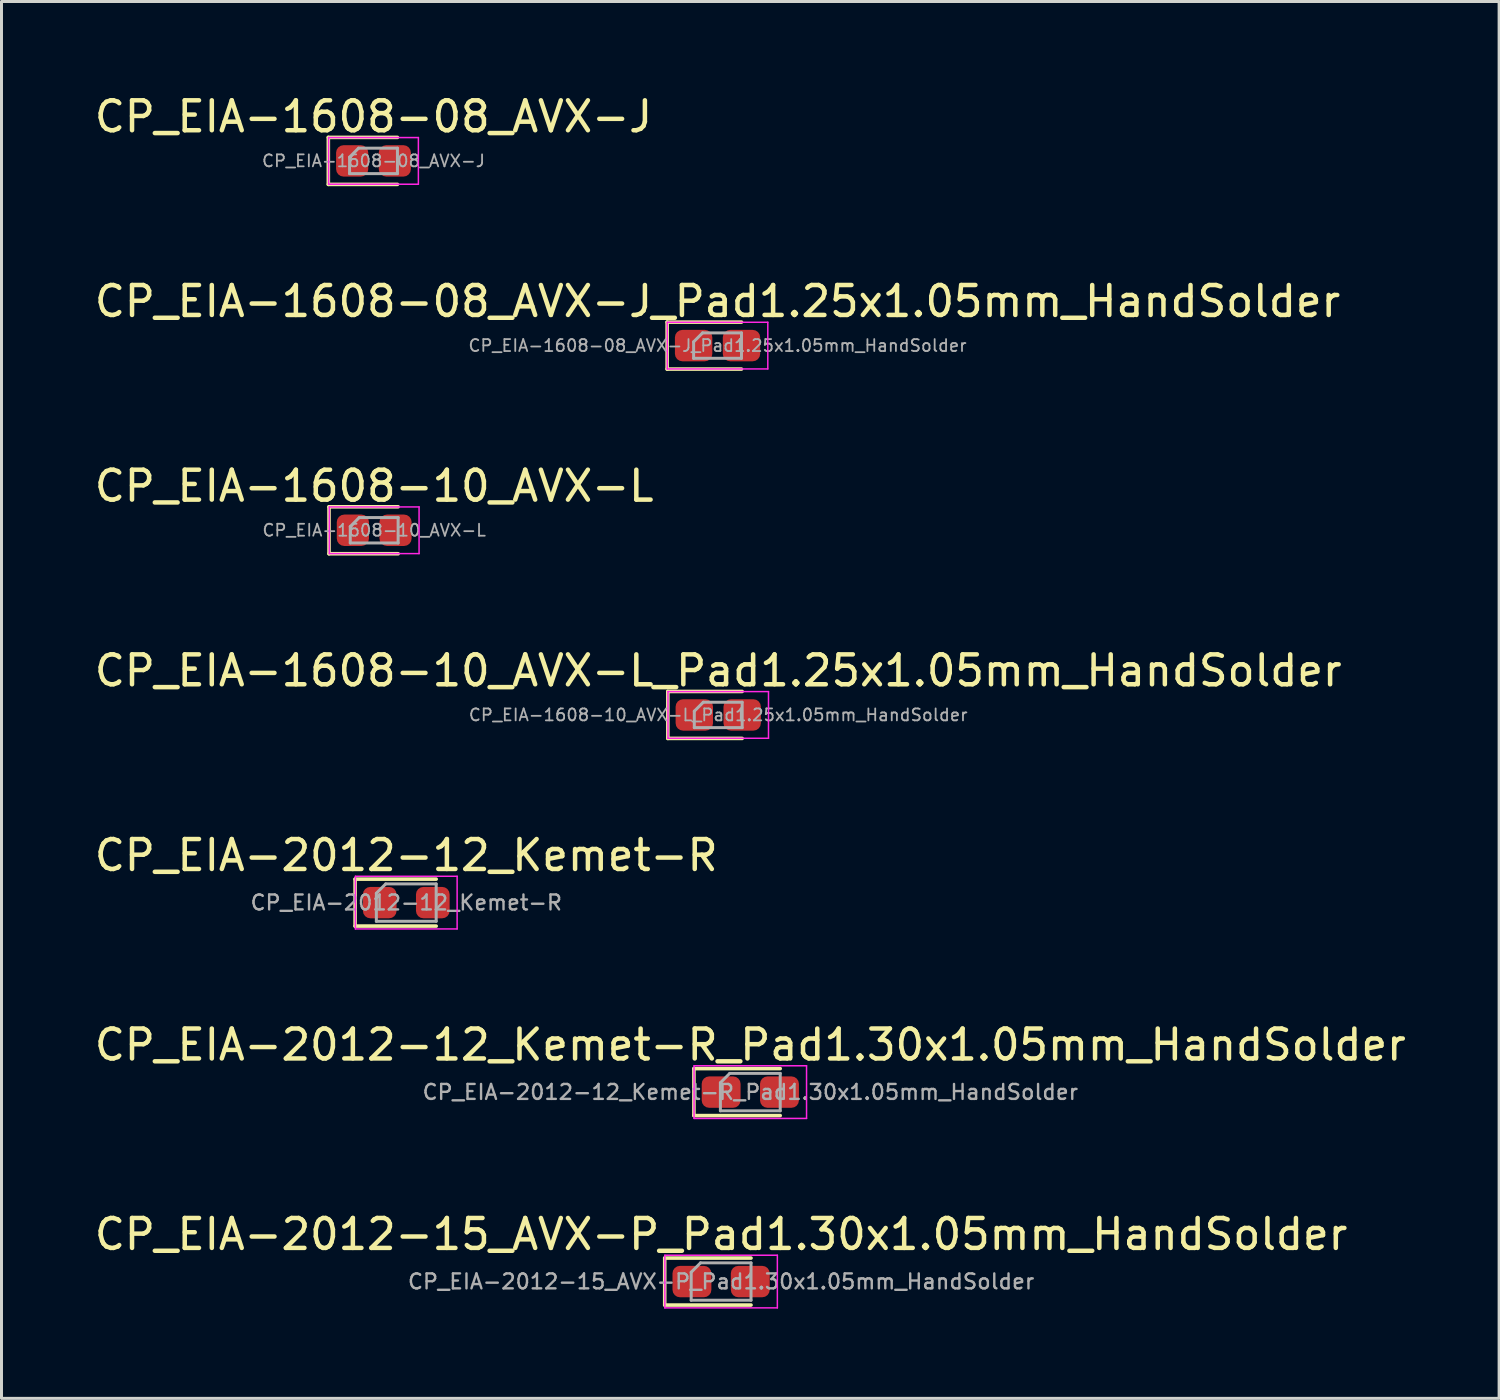
<source format=kicad_pcb>
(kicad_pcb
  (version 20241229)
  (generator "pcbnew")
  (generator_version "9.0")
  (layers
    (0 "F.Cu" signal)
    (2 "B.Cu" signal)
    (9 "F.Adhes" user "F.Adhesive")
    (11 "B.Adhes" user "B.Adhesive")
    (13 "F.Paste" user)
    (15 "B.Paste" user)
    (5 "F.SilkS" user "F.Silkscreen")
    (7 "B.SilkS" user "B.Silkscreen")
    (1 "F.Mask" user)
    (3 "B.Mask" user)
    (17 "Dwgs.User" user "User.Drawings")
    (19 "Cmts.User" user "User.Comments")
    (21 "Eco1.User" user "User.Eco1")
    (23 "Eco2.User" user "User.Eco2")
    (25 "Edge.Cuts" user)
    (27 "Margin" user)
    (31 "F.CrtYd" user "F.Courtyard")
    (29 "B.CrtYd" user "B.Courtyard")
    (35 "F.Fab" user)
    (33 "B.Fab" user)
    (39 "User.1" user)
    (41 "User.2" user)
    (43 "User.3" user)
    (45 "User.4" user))
  (footprint "CP_EIA-2012-12_Kemet-R"
    (layer "F.Cu")
    (at 10.53 27.121)
    (property "Reference" "CP_EIA-2012-12_Kemet-R" (at 0 -1.58 0) (layer "F.SilkS") (effects (font (size 1 1) (thickness 0.15))))
    (attr smd)
    (fp_line (start -1.71 -0.785) (end -1.71 0.785) (stroke (width 0.12) (type solid)) (layer "F.SilkS"))
    (fp_line (start -1.71 0.785) (end 1 0.785) (stroke (width 0.12) (type solid)) (layer "F.SilkS"))
    (fp_line (start 1 -0.785) (end -1.71 -0.785) (stroke (width 0.12) (type solid)) (layer "F.SilkS"))
    (fp_line (start -1.7 -0.88) (end 1.7 -0.88) (stroke (width 0.05) (type solid)) (layer "F.CrtYd"))
    (fp_line (start -1.7 0.88) (end -1.7 -0.88) (stroke (width 0.05) (type solid)) (layer "F.CrtYd"))
    (fp_line (start 1.7 -0.88) (end 1.7 0.88) (stroke (width 0.05) (type solid)) (layer "F.CrtYd"))
    (fp_line (start 1.7 0.88) (end -1.7 0.88) (stroke (width 0.05) (type solid)) (layer "F.CrtYd"))
    (fp_line (start -1 -0.312) (end -1 0.625) (stroke (width 0.1) (type solid)) (layer "F.Fab"))
    (fp_line (start -1 0.625) (end 1 0.625) (stroke (width 0.1) (type solid)) (layer "F.Fab"))
    (fp_line (start -0.688 -0.625) (end -1 -0.312) (stroke (width 0.1) (type solid)) (layer "F.Fab"))
    (fp_line (start 1 -0.625) (end -0.688 -0.625) (stroke (width 0.1) (type solid)) (layer "F.Fab"))
    (fp_line (start 1 0.625) (end 1 -0.625) (stroke (width 0.1) (type solid)) (layer "F.Fab"))
    (fp_text user "${REFERENCE}" (at 0 0 0) (layer "F.Fab") (effects (font (size 0.5 0.5) (thickness 0.08))))
    (pad "1" smd roundrect (at -0.887 0) (size 1.125 1.05) (layers "F.Cu" "F.Mask" "F.Paste") (roundrect_rratio 0.238))
    (pad "2" smd roundrect (at 0.887 0) (size 1.125 1.05) (layers "F.Cu" "F.Mask" "F.Paste") (roundrect_rratio 0.238)))
  (footprint "CP_EIA-1608-08_AVX-J"
    (layer "F.Cu")
    (at 9.435 2.328)
    (property "Reference" "CP_EIA-1608-08_AVX-J" (at 0 -1.48 0) (layer "F.SilkS") (effects (font (size 1 1) (thickness 0.15))))
    (attr smd)
    (fp_line (start -1.51 -0.785) (end -1.51 0.785) (stroke (width 0.12) (type solid)) (layer "F.SilkS"))
    (fp_line (start -1.51 0.785) (end 0.8 0.785) (stroke (width 0.12) (type solid)) (layer "F.SilkS"))
    (fp_line (start 0.8 -0.785) (end -1.51 -0.785) (stroke (width 0.12) (type solid)) (layer "F.SilkS"))
    (fp_line (start -1.5 -0.78) (end 1.5 -0.78) (stroke (width 0.05) (type solid)) (layer "F.CrtYd"))
    (fp_line (start -1.5 0.78) (end -1.5 -0.78) (stroke (width 0.05) (type solid)) (layer "F.CrtYd"))
    (fp_line (start 1.5 -0.78) (end 1.5 0.78) (stroke (width 0.05) (type solid)) (layer "F.CrtYd"))
    (fp_line (start 1.5 0.78) (end -1.5 0.78) (stroke (width 0.05) (type solid)) (layer "F.CrtYd"))
    (fp_line (start -0.8 -0.125) (end -0.8 0.425) (stroke (width 0.1) (type solid)) (layer "F.Fab"))
    (fp_line (start -0.8 0.425) (end 0.8 0.425) (stroke (width 0.1) (type solid)) (layer "F.Fab"))
    (fp_line (start -0.5 -0.425) (end -0.8 -0.125) (stroke (width 0.1) (type solid)) (layer "F.Fab"))
    (fp_line (start 0.8 -0.425) (end -0.5 -0.425) (stroke (width 0.1) (type solid)) (layer "F.Fab"))
    (fp_line (start 0.8 0.425) (end 0.8 -0.425) (stroke (width 0.1) (type solid)) (layer "F.Fab"))
    (fp_text user "${REFERENCE}" (at 0 0 0) (layer "F.Fab") (effects (font (size 0.4 0.4) (thickness 0.06))))
    (pad "1" smd roundrect (at -0.713 0) (size 1.075 1.05) (layers "F.Cu" "F.Mask" "F.Paste") (roundrect_rratio 0.238))
    (pad "2" smd roundrect (at 0.713 0) (size 1.075 1.05) (layers "F.Cu" "F.Mask" "F.Paste") (roundrect_rratio 0.238)))
  (footprint "CP_EIA-1608-08_AVX-J_Pad1.25x1.05mm_HandSolder"
    (layer "F.Cu")
    (at 20.935 8.502)
    (property "Reference" "CP_EIA-1608-08_AVX-J_Pad1.25x1.05mm_HandSolder" (at 0 -1.48 0) (layer "F.SilkS") (effects (font (size 1 1) (thickness 0.15))))
    (attr smd)
    (fp_line (start -1.685 -0.785) (end -1.685 0.785) (stroke (width 0.12) (type solid)) (layer "F.SilkS"))
    (fp_line (start -1.685 0.785) (end 0.8 0.785) (stroke (width 0.12) (type solid)) (layer "F.SilkS"))
    (fp_line (start 0.8 -0.785) (end -1.685 -0.785) (stroke (width 0.12) (type solid)) (layer "F.SilkS"))
    (fp_line (start -1.68 -0.78) (end 1.68 -0.78) (stroke (width 0.05) (type solid)) (layer "F.CrtYd"))
    (fp_line (start -1.68 0.78) (end -1.68 -0.78) (stroke (width 0.05) (type solid)) (layer "F.CrtYd"))
    (fp_line (start 1.68 -0.78) (end 1.68 0.78) (stroke (width 0.05) (type solid)) (layer "F.CrtYd"))
    (fp_line (start 1.68 0.78) (end -1.68 0.78) (stroke (width 0.05) (type solid)) (layer "F.CrtYd"))
    (fp_line (start -0.8 -0.125) (end -0.8 0.425) (stroke (width 0.1) (type solid)) (layer "F.Fab"))
    (fp_line (start -0.8 0.425) (end 0.8 0.425) (stroke (width 0.1) (type solid)) (layer "F.Fab"))
    (fp_line (start -0.5 -0.425) (end -0.8 -0.125) (stroke (width 0.1) (type solid)) (layer "F.Fab"))
    (fp_line (start 0.8 -0.425) (end -0.5 -0.425) (stroke (width 0.1) (type solid)) (layer "F.Fab"))
    (fp_line (start 0.8 0.425) (end 0.8 -0.425) (stroke (width 0.1) (type solid)) (layer "F.Fab"))
    (fp_text user "${REFERENCE}" (at 0 0 0) (layer "F.Fab") (effects (font (size 0.4 0.4) (thickness 0.06))))
    (pad "1" smd roundrect (at -0.8 0) (size 1.25 1.05) (layers "F.Cu" "F.Mask" "F.Paste") (roundrect_rratio 0.238))
    (pad "2" smd roundrect (at 0.8 0) (size 1.25 1.05) (layers "F.Cu" "F.Mask" "F.Paste") (roundrect_rratio 0.238)))
  (footprint "CP_EIA-2012-15_AVX-P_Pad1.30x1.05mm_HandSolder"
    (layer "F.Cu")
    (at 21.054 39.788)
    (property "Reference" "CP_EIA-2012-15_AVX-P_Pad1.30x1.05mm_HandSolder" (at 0 -1.58 0) (layer "F.SilkS") (effects (font (size 1 1) (thickness 0.15))))
    (attr smd)
    (fp_line (start -1.885 -0.785) (end -1.885 0.785) (stroke (width 0.12) (type solid)) (layer "F.SilkS"))
    (fp_line (start -1.885 0.785) (end 1 0.785) (stroke (width 0.12) (type solid)) (layer "F.SilkS"))
    (fp_line (start 1 -0.785) (end -1.885 -0.785) (stroke (width 0.12) (type solid)) (layer "F.SilkS"))
    (fp_line (start -1.88 -0.88) (end 1.88 -0.88) (stroke (width 0.05) (type solid)) (layer "F.CrtYd"))
    (fp_line (start -1.88 0.88) (end -1.88 -0.88) (stroke (width 0.05) (type solid)) (layer "F.CrtYd"))
    (fp_line (start 1.88 -0.88) (end 1.88 0.88) (stroke (width 0.05) (type solid)) (layer "F.CrtYd"))
    (fp_line (start 1.88 0.88) (end -1.88 0.88) (stroke (width 0.05) (type solid)) (layer "F.CrtYd"))
    (fp_line (start -1 -0.312) (end -1 0.625) (stroke (width 0.1) (type solid)) (layer "F.Fab"))
    (fp_line (start -1 0.625) (end 1 0.625) (stroke (width 0.1) (type solid)) (layer "F.Fab"))
    (fp_line (start -0.688 -0.625) (end -1 -0.312) (stroke (width 0.1) (type solid)) (layer "F.Fab"))
    (fp_line (start 1 -0.625) (end -0.688 -0.625) (stroke (width 0.1) (type solid)) (layer "F.Fab"))
    (fp_line (start 1 0.625) (end 1 -0.625) (stroke (width 0.1) (type solid)) (layer "F.Fab"))
    (fp_text user "${REFERENCE}" (at 0 0 0) (layer "F.Fab") (effects (font (size 0.5 0.5) (thickness 0.08))))
    (pad "1" smd roundrect (at -0.975 0) (size 1.3 1.05) (layers "F.Cu" "F.Mask" "F.Paste") (roundrect_rratio 0.238))
    (pad "2" smd roundrect (at 0.975 0) (size 1.3 1.05) (layers "F.Cu" "F.Mask" "F.Paste") (roundrect_rratio 0.238)))
  (footprint "CP_EIA-1608-10_AVX-L"
    (layer "F.Cu")
    (at 9.458 14.675)
    (property "Reference" "CP_EIA-1608-10_AVX-L" (at 0 -1.48 0) (layer "F.SilkS") (effects (font (size 1 1) (thickness 0.15))))
    (attr smd)
    (fp_line (start -1.51 -0.785) (end -1.51 0.785) (stroke (width 0.12) (type solid)) (layer "F.SilkS"))
    (fp_line (start -1.51 0.785) (end 0.8 0.785) (stroke (width 0.12) (type solid)) (layer "F.SilkS"))
    (fp_line (start 0.8 -0.785) (end -1.51 -0.785) (stroke (width 0.12) (type solid)) (layer "F.SilkS"))
    (fp_line (start -1.5 -0.78) (end 1.5 -0.78) (stroke (width 0.05) (type solid)) (layer "F.CrtYd"))
    (fp_line (start -1.5 0.78) (end -1.5 -0.78) (stroke (width 0.05) (type solid)) (layer "F.CrtYd"))
    (fp_line (start 1.5 -0.78) (end 1.5 0.78) (stroke (width 0.05) (type solid)) (layer "F.CrtYd"))
    (fp_line (start 1.5 0.78) (end -1.5 0.78) (stroke (width 0.05) (type solid)) (layer "F.CrtYd"))
    (fp_line (start -0.8 -0.125) (end -0.8 0.425) (stroke (width 0.1) (type solid)) (layer "F.Fab"))
    (fp_line (start -0.8 0.425) (end 0.8 0.425) (stroke (width 0.1) (type solid)) (layer "F.Fab"))
    (fp_line (start -0.5 -0.425) (end -0.8 -0.125) (stroke (width 0.1) (type solid)) (layer "F.Fab"))
    (fp_line (start 0.8 -0.425) (end -0.5 -0.425) (stroke (width 0.1) (type solid)) (layer "F.Fab"))
    (fp_line (start 0.8 0.425) (end 0.8 -0.425) (stroke (width 0.1) (type solid)) (layer "F.Fab"))
    (fp_text user "${REFERENCE}" (at 0 0 0) (layer "F.Fab") (effects (font (size 0.4 0.4) (thickness 0.06))))
    (pad "1" smd roundrect (at -0.713 0) (size 1.075 1.05) (layers "F.Cu" "F.Mask" "F.Paste") (roundrect_rratio 0.238))
    (pad "2" smd roundrect (at 0.713 0) (size 1.075 1.05) (layers "F.Cu" "F.Mask" "F.Paste") (roundrect_rratio 0.238)))
  (footprint "CP_EIA-1608-10_AVX-L_Pad1.25x1.05mm_HandSolder"
    (layer "F.Cu")
    (at 20.958 20.848)
    (property "Reference" "CP_EIA-1608-10_AVX-L_Pad1.25x1.05mm_HandSolder" (at 0 -1.48 0) (layer "F.SilkS") (effects (font (size 1 1) (thickness 0.15))))
    (attr smd)
    (fp_line (start -1.685 -0.785) (end -1.685 0.785) (stroke (width 0.12) (type solid)) (layer "F.SilkS"))
    (fp_line (start -1.685 0.785) (end 0.8 0.785) (stroke (width 0.12) (type solid)) (layer "F.SilkS"))
    (fp_line (start 0.8 -0.785) (end -1.685 -0.785) (stroke (width 0.12) (type solid)) (layer "F.SilkS"))
    (fp_line (start -1.68 -0.78) (end 1.68 -0.78) (stroke (width 0.05) (type solid)) (layer "F.CrtYd"))
    (fp_line (start -1.68 0.78) (end -1.68 -0.78) (stroke (width 0.05) (type solid)) (layer "F.CrtYd"))
    (fp_line (start 1.68 -0.78) (end 1.68 0.78) (stroke (width 0.05) (type solid)) (layer "F.CrtYd"))
    (fp_line (start 1.68 0.78) (end -1.68 0.78) (stroke (width 0.05) (type solid)) (layer "F.CrtYd"))
    (fp_line (start -0.8 -0.125) (end -0.8 0.425) (stroke (width 0.1) (type solid)) (layer "F.Fab"))
    (fp_line (start -0.8 0.425) (end 0.8 0.425) (stroke (width 0.1) (type solid)) (layer "F.Fab"))
    (fp_line (start -0.5 -0.425) (end -0.8 -0.125) (stroke (width 0.1) (type solid)) (layer "F.Fab"))
    (fp_line (start 0.8 -0.425) (end -0.5 -0.425) (stroke (width 0.1) (type solid)) (layer "F.Fab"))
    (fp_line (start 0.8 0.425) (end 0.8 -0.425) (stroke (width 0.1) (type solid)) (layer "F.Fab"))
    (fp_text user "${REFERENCE}" (at 0 0 0) (layer "F.Fab") (effects (font (size 0.4 0.4) (thickness 0.06))))
    (pad "1" smd roundrect (at -0.8 0) (size 1.25 1.05) (layers "F.Cu" "F.Mask" "F.Paste") (roundrect_rratio 0.238))
    (pad "2" smd roundrect (at 0.8 0) (size 1.25 1.05) (layers "F.Cu" "F.Mask" "F.Paste") (roundrect_rratio 0.238)))
  (footprint "CP_EIA-2012-12_Kemet-R_Pad1.30x1.05mm_HandSolder"
    (layer "F.Cu")
    (at 22.03 33.455)
    (property "Reference" "CP_EIA-2012-12_Kemet-R_Pad1.30x1.05mm_HandSolder" (at 0 -1.58 0) (layer "F.SilkS") (effects (font (size 1 1) (thickness 0.15))))
    (attr smd)
    (fp_line (start -1.885 -0.785) (end -1.885 0.785) (stroke (width 0.12) (type solid)) (layer "F.SilkS"))
    (fp_line (start -1.885 0.785) (end 1 0.785) (stroke (width 0.12) (type solid)) (layer "F.SilkS"))
    (fp_line (start 1 -0.785) (end -1.885 -0.785) (stroke (width 0.12) (type solid)) (layer "F.SilkS"))
    (fp_line (start -1.88 -0.88) (end 1.88 -0.88) (stroke (width 0.05) (type solid)) (layer "F.CrtYd"))
    (fp_line (start -1.88 0.88) (end -1.88 -0.88) (stroke (width 0.05) (type solid)) (layer "F.CrtYd"))
    (fp_line (start 1.88 -0.88) (end 1.88 0.88) (stroke (width 0.05) (type solid)) (layer "F.CrtYd"))
    (fp_line (start 1.88 0.88) (end -1.88 0.88) (stroke (width 0.05) (type solid)) (layer "F.CrtYd"))
    (fp_line (start -1 -0.312) (end -1 0.625) (stroke (width 0.1) (type solid)) (layer "F.Fab"))
    (fp_line (start -1 0.625) (end 1 0.625) (stroke (width 0.1) (type solid)) (layer "F.Fab"))
    (fp_line (start -0.688 -0.625) (end -1 -0.312) (stroke (width 0.1) (type solid)) (layer "F.Fab"))
    (fp_line (start 1 -0.625) (end -0.688 -0.625) (stroke (width 0.1) (type solid)) (layer "F.Fab"))
    (fp_line (start 1 0.625) (end 1 -0.625) (stroke (width 0.1) (type solid)) (layer "F.Fab"))
    (fp_text user "${REFERENCE}" (at 0 0 0) (layer "F.Fab") (effects (font (size 0.5 0.5) (thickness 0.08))))
    (pad "1" smd roundrect (at -0.975 0) (size 1.3 1.05) (layers "F.Cu" "F.Mask" "F.Paste") (roundrect_rratio 0.238))
    (pad "2" smd roundrect (at 0.975 0) (size 1.3 1.05) (layers "F.Cu" "F.Mask" "F.Paste") (roundrect_rratio 0.238)))
  (gr_rect
    (start -3 -3)
    (end 47.06 43.693)
    (stroke (width 0.1) (type default))
    (fill no)
    (layer "Edge.Cuts")))
</source>
